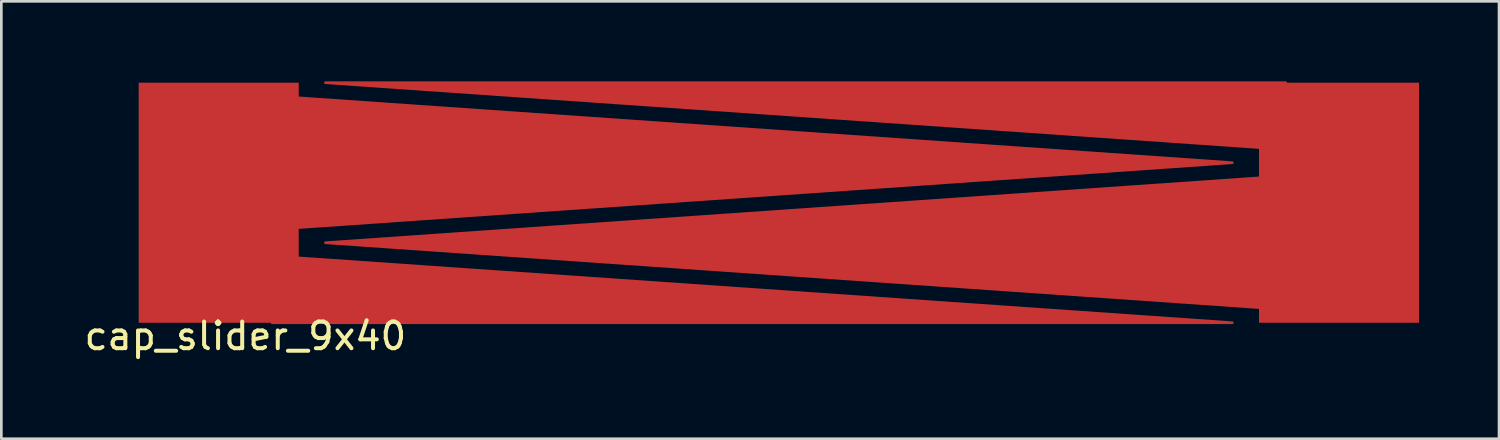
<source format=kicad_pcb>
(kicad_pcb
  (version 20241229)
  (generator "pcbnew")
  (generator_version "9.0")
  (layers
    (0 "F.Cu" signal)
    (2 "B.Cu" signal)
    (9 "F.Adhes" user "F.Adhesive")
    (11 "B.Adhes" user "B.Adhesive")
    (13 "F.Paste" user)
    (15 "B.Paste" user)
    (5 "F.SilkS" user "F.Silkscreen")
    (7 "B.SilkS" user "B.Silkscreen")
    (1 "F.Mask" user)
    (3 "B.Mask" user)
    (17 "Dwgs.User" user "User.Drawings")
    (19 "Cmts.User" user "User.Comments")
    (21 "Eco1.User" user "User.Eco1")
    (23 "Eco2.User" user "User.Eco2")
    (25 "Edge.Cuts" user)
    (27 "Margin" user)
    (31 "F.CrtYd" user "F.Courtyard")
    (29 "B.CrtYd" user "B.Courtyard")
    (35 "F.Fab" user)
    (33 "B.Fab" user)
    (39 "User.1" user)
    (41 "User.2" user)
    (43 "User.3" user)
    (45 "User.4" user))
  (footprint "cap_slider_9x40"
    (layer "F.Cu")
    (at 6.149 9.05)
    (property "Reference" "cap_slider_9x40" (at 0 0.5 0) (layer "F.SilkS") (effects (font (size 1 1) (thickness 0.15))))
    (attr through_hole)
    (fp_poly (pts (xy 3 -9) (xy 39 -9) (xy 39 -6.5)) (stroke (width 0.1) (type solid)) (fill yes) (layer "F.Cu"))
    (fp_poly (pts (xy 3 -3) (xy 39 -5.5) (xy 39 -0.5)) (stroke (width 0.1) (type solid)) (fill yes) (layer "F.Cu"))
    (fp_poly (pts (xy 37 -6) (xy 1 -3.5) (xy 1 -8.5)) (stroke (width 0.1) (type solid)) (fill yes) (layer "F.Cu"))
    (fp_poly (pts (xy 37 0) (xy 1 0) (xy 1 -2.5)) (stroke (width 0.1) (type solid)) (fill yes) (layer "F.Cu"))
    (pad "1" smd rect (at -1 0) (size 6 9) (drill (offset 0 -4.5)) (layers "F.Cu"))
    (pad "2" smd rect (at 40 0) (size 6 9) (drill (offset 1 -4.5)) (layers "F.Cu")))
  (gr_rect
    (start -3 -3)
    (end 53.149 13.398)
    (stroke (width 0.1) (type default))
    (fill no)
    (layer "Edge.Cuts")))
</source>
